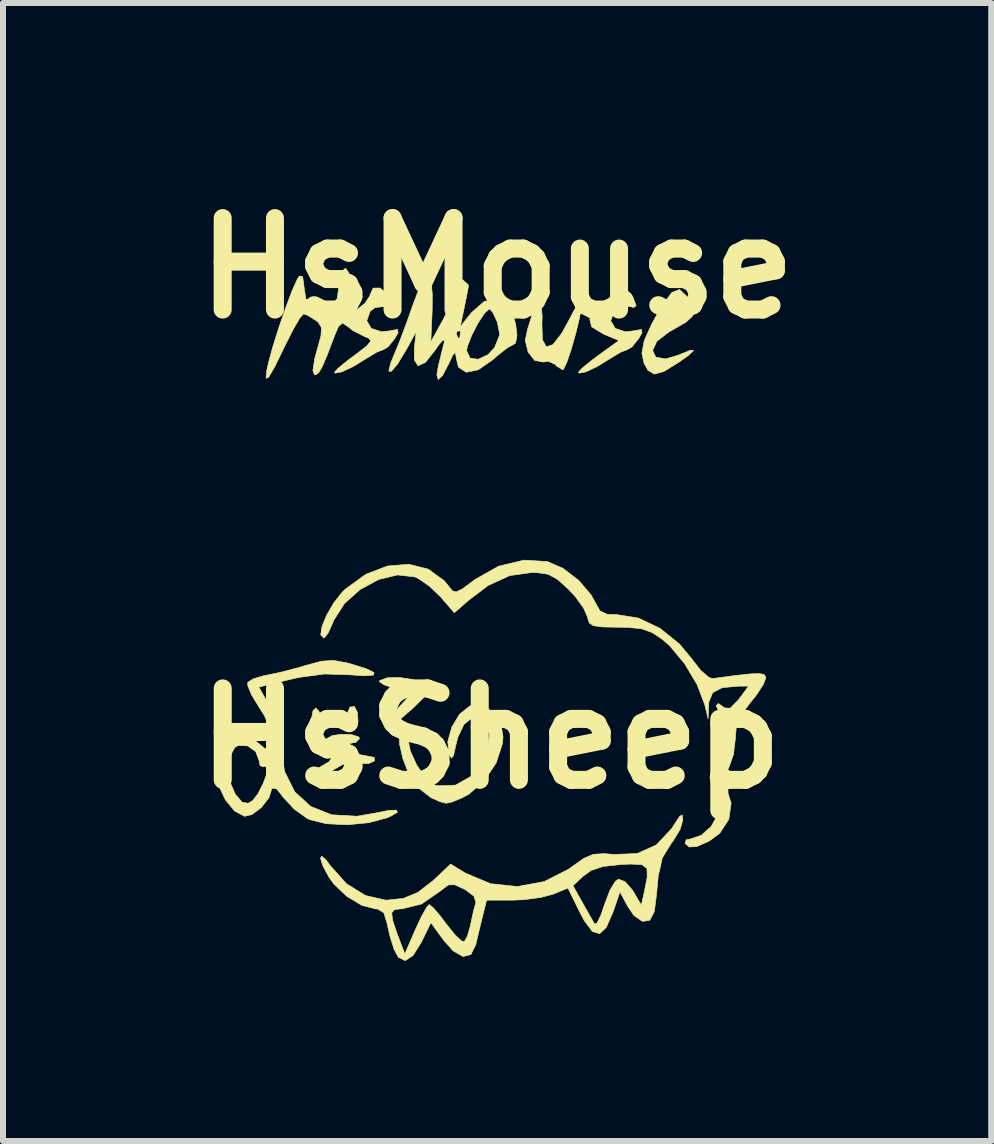
<source format=kicad_pcb>
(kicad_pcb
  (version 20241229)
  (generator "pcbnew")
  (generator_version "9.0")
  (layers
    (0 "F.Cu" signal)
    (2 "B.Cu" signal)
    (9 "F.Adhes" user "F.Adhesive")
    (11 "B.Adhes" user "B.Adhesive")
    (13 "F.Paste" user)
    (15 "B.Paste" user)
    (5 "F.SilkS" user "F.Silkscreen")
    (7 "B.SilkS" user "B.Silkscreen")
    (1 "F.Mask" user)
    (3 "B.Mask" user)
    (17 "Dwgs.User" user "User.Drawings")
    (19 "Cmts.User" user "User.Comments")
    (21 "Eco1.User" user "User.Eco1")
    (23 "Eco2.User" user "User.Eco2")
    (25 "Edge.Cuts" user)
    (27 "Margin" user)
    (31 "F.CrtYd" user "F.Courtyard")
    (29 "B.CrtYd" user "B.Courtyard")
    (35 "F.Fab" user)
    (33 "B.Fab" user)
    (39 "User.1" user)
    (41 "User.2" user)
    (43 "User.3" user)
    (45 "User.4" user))
  (footprint "HsMouse"
    (layer "F.Cu")
    (at 5.232 2.418)
    (property "Reference" "HsMouse" (at 0 -1 0) (layer "F.SilkS") (effects (font (size 1.524 1.524) (thickness 0.3))))
    (attr through_hole)
    (fp_poly (pts (xy 0.733 -0.419) (xy 0.751 -0.199) (xy 0.747 -0.081) (xy 0.755 0.192) (xy 0.82 0.31) (xy 0.931 0.273) (xy 1.079 0.082) (xy 1.175 -0.093) (xy 1.291 -0.312) (xy 1.378 -0.446) (xy 1.408 -0.467) (xy 1.41 -0.371) (xy 1.372 -0.168) (xy 1.31 0.09) (xy 1.235 0.353) (xy 1.162 0.568) (xy 1.106 0.685) (xy 1.093 0.693) (xy 0.991 0.632) (xy 0.972 0.605) (xy 0.857 0.553) (xy 0.769 0.564) (xy 0.626 0.537) (xy 0.517 0.398) (xy 0.469 0.204) (xy 0.508 0.017) (xy 0.574 -0.193) (xy 0.593 -0.364) (xy 0.62 -0.516) (xy 0.683 -0.531) (xy 0.733 -0.419)) (stroke (width 0.01) (type solid)) (fill yes) (layer "F.SilkS"))
    (fp_poly (pts (xy 2.234 -0.569) (xy 2.261 -0.521) (xy 2.317 -0.377) (xy 2.277 -0.345) (xy 2.207 -0.363) (xy 2.032 -0.345) (xy 1.949 -0.282) (xy 1.893 -0.123) (xy 1.969 0.004) (xy 2.14 0.06) (xy 2.261 0.046) (xy 2.406 0.021) (xy 2.414 0.077) (xy 2.358 0.174) (xy 2.246 0.312) (xy 2.173 0.355) (xy 2.059 0.399) (xy 1.882 0.506) (xy 1.876 0.51) (xy 1.663 0.641) (xy 1.478 0.727) (xy 1.368 0.749) (xy 1.355 0.734) (xy 1.417 0.666) (xy 1.576 0.536) (xy 1.692 0.45) (xy 2.03 0.205) (xy 1.777 0.1) (xy 1.575 -0.023) (xy 1.543 -0.153) (xy 1.679 -0.29) (xy 1.736 -0.323) (xy 1.89 -0.438) (xy 1.947 -0.54) (xy 1.998 -0.663) (xy 2.113 -0.671) (xy 2.234 -0.569)) (stroke (width 0.01) (type solid)) (fill yes) (layer "F.SilkS"))
    (fp_poly (pts (xy 3.158 -0.533) (xy 3.208 -0.436) (xy 3.263 -0.295) (xy 3.252 -0.197) (xy 3.149 -0.102) (xy 2.927 0.026) (xy 2.868 0.058) (xy 2.661 0.219) (xy 2.591 0.372) (xy 2.644 0.482) (xy 2.807 0.512) (xy 3.015 0.45) (xy 3.218 0.368) (xy 3.275 0.37) (xy 3.186 0.455) (xy 3.03 0.566) (xy 2.779 0.721) (xy 2.62 0.765) (xy 2.514 0.702) (xy 2.449 0.587) (xy 2.412 0.418) (xy 2.451 0.209) (xy 2.578 -0.074) (xy 2.636 -0.176) (xy 2.826 -0.176) (xy 2.863 -0.153) (xy 2.987 -0.216) (xy 3.009 -0.244) (xy 3.041 -0.354) (xy 2.975 -0.363) (xy 2.88 -0.282) (xy 2.826 -0.176) (xy 2.636 -0.176) (xy 2.756 -0.386) (xy 2.912 -0.596) (xy 3.041 -0.645) (xy 3.158 -0.533)) (stroke (width 0.01) (type solid)) (fill yes) (layer "F.SilkS"))
    (fp_poly (pts (xy -1.101 -0.791) (xy -1.08 -0.572) (xy -1.081 -0.314) (xy -1.104 0.228) (xy -1.034 0.101) (xy -0.677 0.101) (xy -0.646 0.17) (xy -0.621 0.157) (xy -0.611 0.057) (xy -0.621 0.044) (xy -0.671 0.056) (xy -0.677 0.101) (xy -1.034 0.101) (xy -0.894 -0.153) (xy -0.772 -0.404) (xy -0.694 -0.616) (xy -0.681 -0.69) (xy -0.633 -0.801) (xy -0.572 -0.806) (xy -0.481 -0.725) (xy -0.478 -0.693) (xy -0.502 -0.566) (xy -0.545 -0.354) (xy -0.551 -0.323) (xy -0.613 -0.026) (xy -0.427 -0.259) (xy -0.21 -0.449) (xy 0.009 -0.472) (xy 0.173 -0.383) (xy 0.253 -0.26) (xy 0.309 -0.071) (xy 0.331 0.119) (xy 0.308 0.248) (xy 0.274 0.27) (xy 0.176 0.323) (xy 0.007 0.455) (xy -0.074 0.527) (xy -0.315 0.694) (xy -0.514 0.734) (xy -0.644 0.649) (xy -0.681 0.497) (xy -0.694 0.402) (xy -0.738 0.447) (xy -0.804 0.588) (xy -0.91 0.791) (xy -0.982 0.855) (xy -1.004 0.776) (xy -0.979 0.63) (xy -0.92 0.39) (xy -0.916 0.376) (xy -0.508 0.376) (xy -0.451 0.498) (xy -0.316 0.518) (xy -0.153 0.443) (xy -0.042 0.324) (xy 0.044 0.108) (xy 0.004 -0.1) (xy -0.071 -0.261) (xy -0.126 -0.323) (xy -0.206 -0.254) (xy -0.316 -0.087) (xy -0.423 0.119) (xy -0.495 0.303) (xy -0.508 0.376) (xy -0.916 0.376) (xy -0.879 0.228) (xy -0.89 0.187) (xy -0.969 0.273) (xy -1.031 0.364) (xy -1.195 0.571) (xy -1.316 0.625) (xy -1.379 0.529) (xy -1.379 0.331) (xy -1.348 0.058) (xy -1.52 0.37) (xy -1.661 0.601) (xy -1.761 0.718) (xy -1.804 0.716) (xy -1.775 0.587) (xy -1.726 0.468) (xy -1.619 0.207) (xy -1.493 -0.13) (xy -1.404 -0.384) (xy -1.303 -0.648) (xy -1.209 -0.827) (xy -1.143 -0.884) (xy -1.101 -0.791)) (stroke (width 0.01) (type solid)) (fill yes) (layer "F.SilkS"))
    (fp_poly (pts (xy -2.472 -0.927) (xy -2.474 -0.705) (xy -2.485 -0.619) (xy -2.503 -0.394) (xy -2.491 -0.258) (xy -2.475 -0.241) (xy -2.342 -0.299) (xy -2.198 -0.421) (xy -2.118 -0.541) (xy -2.117 -0.556) (xy -2.065 -0.668) (xy -1.95 -0.67) (xy -1.83 -0.568) (xy -1.803 -0.521) (xy -1.747 -0.377) (xy -1.787 -0.345) (xy -1.857 -0.363) (xy -2.032 -0.345) (xy -2.115 -0.282) (xy -2.171 -0.123) (xy -2.095 0.004) (xy -1.924 0.06) (xy -1.803 0.046) (xy -1.658 0.021) (xy -1.65 0.077) (xy -1.706 0.174) (xy -1.818 0.312) (xy -1.891 0.355) (xy -2.005 0.399) (xy -2.182 0.506) (xy -2.188 0.51) (xy -2.401 0.641) (xy -2.586 0.727) (xy -2.696 0.749) (xy -2.709 0.734) (xy -2.647 0.666) (xy -2.488 0.536) (xy -2.367 0.447) (xy -2.173 0.298) (xy -2.103 0.214) (xy -2.141 0.165) (xy -2.197 0.144) (xy -2.4 0.042) (xy -2.488 -0.029) (xy -2.576 -0.086) (xy -2.645 -0.024) (xy -2.708 0.125) (xy -2.831 0.449) (xy -2.915 0.645) (xy -2.974 0.744) (xy -3.025 0.777) (xy -3.042 0.778) (xy -3.069 0.705) (xy -3.04 0.513) (xy -3.003 0.376) (xy -2.935 0.13) (xy -2.926 -0.009) (xy -2.978 -0.096) (xy -3.023 -0.132) (xy -3.165 -0.219) (xy -3.226 -0.238) (xy -3.288 -0.167) (xy -3.397 0.02) (xy -3.53 0.284) (xy -3.544 0.312) (xy -3.705 0.643) (xy -3.806 0.816) (xy -3.85 0.835) (xy -3.837 0.701) (xy -3.812 0.588) (xy -3.736 0.307) (xy -3.633 -0.02) (xy -3.52 -0.347) (xy -3.413 -0.629) (xy -3.327 -0.82) (xy -3.295 -0.869) (xy -3.24 -0.86) (xy -3.217 -0.703) (xy -3.217 -0.687) (xy -3.187 -0.49) (xy -3.068 -0.392) (xy -2.993 -0.369) (xy -2.783 -0.365) (xy -2.665 -0.491) (xy -2.626 -0.76) (xy -2.626 -0.767) (xy -2.595 -0.936) (xy -2.528 -1) (xy -2.472 -0.927)) (stroke (width 0.01) (type solid)) (fill yes) (layer "F.SilkS")))
  (footprint "HsSheep"
    (layer "F.Cu")
    (at 5.124 9.254)
    (property "Reference" "HsSheep" (at 0 0 0) (layer "F.SilkS") (effects (font (size 1.524 1.524) (thickness 0.3))))
    (attr through_hole)
    (fp_poly (pts (xy -2.856 -0.447) (xy -2.838 -0.328) (xy -2.863 -0.191) (xy -2.911 -0.146) (xy -2.966 -0.208) (xy -2.984 -0.328) (xy -2.959 -0.464) (xy -2.911 -0.509) (xy -2.856 -0.447)) (stroke (width 0.01) (type solid)) (fill yes) (layer "F.SilkS"))
    (fp_poly (pts (xy -2.22 -0.437) (xy -2.208 -0.282) (xy -2.242 -0.204) (xy -2.316 -0.195) (xy -2.365 -0.291) (xy -2.377 -0.446) (xy -2.343 -0.524) (xy -2.269 -0.533) (xy -2.22 -0.437)) (stroke (width 0.01) (type solid)) (fill yes) (layer "F.SilkS"))
    (fp_poly (pts (xy -1.303 -0.984) (xy -1.137 -0.92) (xy -1.124 -0.911) (xy -1.051 -0.844) (xy -1.044 -0.778) (xy -1.116 -0.68) (xy -1.282 -0.517) (xy -1.289 -0.51) (xy -1.501 -0.326) (xy -1.656 -0.227) (xy -1.738 -0.222) (xy -1.747 -0.25) (xy -1.702 -0.318) (xy -1.589 -0.453) (xy -1.526 -0.523) (xy -1.306 -0.764) (xy -1.605 -0.837) (xy -1.774 -0.893) (xy -1.853 -0.947) (xy -1.849 -0.965) (xy -1.722 -1.011) (xy -1.519 -1.016) (xy -1.303 -0.984)) (stroke (width 0.01) (type solid)) (fill yes) (layer "F.SilkS"))
    (fp_poly (pts (xy -2.314 -0.064) (xy -2.202 -0.029) (xy -2.183 0) (xy -2.243 0.063) (xy -2.301 0.073) (xy -2.379 0.092) (xy -2.338 0.171) (xy -2.329 0.182) (xy -2.188 0.268) (xy -2.061 0.291) (xy -1.938 0.316) (xy -1.934 0.372) (xy -2.035 0.419) (xy -2.212 0.416) (xy -2.466 0.433) (xy -2.611 0.517) (xy -2.78 0.622) (xy -2.916 0.653) (xy -2.982 0.603) (xy -2.984 0.587) (xy -2.924 0.513) (xy -2.838 0.473) (xy -2.691 0.387) (xy -2.608 0.268) (xy -2.61 0.159) (xy -2.662 0.117) (xy -2.737 0.045) (xy -2.73 0.001) (xy -2.638 -0.049) (xy -2.479 -0.07) (xy -2.314 -0.064)) (stroke (width 0.01) (type solid)) (fill yes) (layer "F.SilkS"))
    (fp_poly (pts (xy -0.074 -0.533) (xy 0.052 -0.404) (xy 0.177 -0.219) (xy 0.207 -0.025) (xy 0.196 0.089) (xy 0.093 0.406) (xy -0.106 0.703) (xy -0.364 0.929) (xy -0.48 0.99) (xy -0.645 1.059) (xy -0.743 1.079) (xy -0.846 1.051) (xy -0.99 0.988) (xy -1.216 0.813) (xy -1.373 0.567) (xy -1.463 0.331) (xy -1.516 0.098) (xy -1.526 -0.093) (xy -1.489 -0.204) (xy -1.456 -0.218) (xy -1.402 -0.156) (xy -1.382 -0.018) (xy -1.338 0.208) (xy -1.23 0.446) (xy -1.086 0.65) (xy -0.933 0.773) (xy -0.882 0.788) (xy -0.585 0.777) (xy -0.341 0.639) (xy -0.177 0.442) (xy -0.045 0.168) (xy -0.019 -0.077) (xy -0.098 -0.265) (xy -0.162 -0.319) (xy -0.31 -0.342) (xy -0.443 -0.237) (xy -0.546 -0.022) (xy -0.582 0.122) (xy -0.619 0.288) (xy -0.654 0.326) (xy -0.692 0.262) (xy -0.714 0.053) (xy -0.647 -0.188) (xy -0.518 -0.404) (xy -0.351 -0.538) (xy -0.338 -0.543) (xy -0.188 -0.577) (xy -0.074 -0.533)) (stroke (width 0.01) (type solid)) (fill yes) (layer "F.SilkS"))
    (fp_poly (pts (xy -2.394 -1.26) (xy -2.347 -1.248) (xy -2.075 -1.164) (xy -1.942 -1.099) (xy -1.95 -1.057) (xy -2.097 -1.045) (xy -2.341 -1.061) (xy -2.765 -1.075) (xy -3.187 -1.019) (xy -3.343 -0.984) (xy -3.861 -0.857) (xy -3.677 -0.528) (xy -3.524 -0.139) (xy -3.493 0.121) (xy -3.434 0.547) (xy -3.264 0.888) (xy -2.997 1.132) (xy -2.648 1.271) (xy -2.228 1.295) (xy -1.919 1.242) (xy -1.693 1.197) (xy -1.566 1.194) (xy -1.553 1.229) (xy -1.666 1.296) (xy -1.718 1.319) (xy -2.03 1.403) (xy -2.388 1.437) (xy -2.736 1.42) (xy -3.016 1.351) (xy -3.055 1.332) (xy -3.269 1.179) (xy -3.457 0.978) (xy -3.474 0.954) (xy -3.574 0.827) (xy -3.632 0.795) (xy -3.639 0.816) (xy -3.692 0.984) (xy -3.82 1.15) (xy -3.978 1.268) (xy -4.1 1.296) (xy -4.267 1.207) (xy -4.421 1.018) (xy -4.536 0.772) (xy -4.585 0.515) (xy -4.585 0.514) (xy -4.363 0.514) (xy -4.332 0.749) (xy -4.253 0.93) (xy -4.139 1.062) (xy -4.041 1.079) (xy -3.965 1.036) (xy -3.881 0.928) (xy -3.79 0.751) (xy -3.725 0.576) (xy -3.712 0.502) (xy -3.757 0.461) (xy -3.785 0.473) (xy -3.842 0.451) (xy -3.857 0.371) (xy -3.914 0.218) (xy -4.048 0.123) (xy -4.202 0.116) (xy -4.262 0.149) (xy -4.34 0.294) (xy -4.363 0.514) (xy -4.585 0.514) (xy -4.585 0.499) (xy -4.538 0.238) (xy -4.414 0.047) (xy -4.244 -0.056) (xy -4.056 -0.054) (xy -3.88 0.069) (xy -3.769 0.163) (xy -3.699 0.174) (xy -3.639 0.059) (xy -3.664 -0.136) (xy -3.767 -0.378) (xy -3.866 -0.536) (xy -3.984 -0.729) (xy -4.046 -0.879) (xy -4.046 -0.936) (xy -3.948 -0.997) (xy -3.768 -1.049) (xy -3.727 -1.056) (xy -3.496 -1.104) (xy -3.212 -1.178) (xy -3.075 -1.219) (xy -2.819 -1.288) (xy -2.618 -1.301) (xy -2.394 -1.26)) (stroke (width 0.01) (type solid)) (fill yes) (layer "F.SilkS"))
    (fp_poly (pts (xy 0.945 -2.948) (xy 1.206 -2.835) (xy 1.468 -2.634) (xy 1.675 -2.391) (xy 1.743 -2.266) (xy 1.823 -2.125) (xy 1.943 -2.07) (xy 2.102 -2.064) (xy 2.459 -2.008) (xy 2.821 -1.836) (xy 3.148 -1.573) (xy 3.338 -1.343) (xy 3.503 -1.132) (xy 3.641 -1.015) (xy 3.702 -0.999) (xy 4.073 -1.049) (xy 4.323 -1.076) (xy 4.476 -1.082) (xy 4.555 -1.066) (xy 4.583 -1.029) (xy 4.585 -1.006) (xy 4.54 -0.894) (xy 4.426 -0.721) (xy 4.33 -0.602) (xy 4.168 -0.385) (xy 4.093 -0.192) (xy 4.076 0.014) (xy 4.047 0.262) (xy 3.975 0.47) (xy 3.955 0.503) (xy 3.878 0.657) (xy 3.905 0.787) (xy 3.919 0.81) (xy 4.007 1.075) (xy 3.969 1.345) (xy 3.816 1.581) (xy 3.64 1.71) (xy 3.432 1.801) (xy 3.306 1.807) (xy 3.239 1.747) (xy 3.259 1.688) (xy 3.33 1.674) (xy 3.509 1.613) (xy 3.675 1.466) (xy 3.775 1.287) (xy 3.785 1.221) (xy 3.76 1.043) (xy 3.7 0.833) (xy 3.7 0.832) (xy 3.654 0.653) (xy 3.691 0.515) (xy 3.773 0.399) (xy 3.901 0.134) (xy 3.918 -0.157) (xy 3.819 -0.418) (xy 3.817 -0.42) (xy 3.758 -0.547) (xy 3.794 -0.583) (xy 3.901 -0.509) (xy 3.993 -0.506) (xy 4.126 -0.64) (xy 4.137 -0.655) (xy 4.298 -0.873) (xy 4.132 -0.872) (xy 3.858 -0.847) (xy 3.7 -0.764) (xy 3.636 -0.61) (xy 3.632 -0.556) (xy 3.624 -0.328) (xy 3.569 -0.558) (xy 3.442 -0.895) (xy 3.233 -1.245) (xy 2.985 -1.544) (xy 2.862 -1.652) (xy 2.69 -1.766) (xy 2.518 -1.827) (xy 2.289 -1.851) (xy 2.118 -1.854) (xy 1.86 -1.859) (xy 1.713 -1.879) (xy 1.643 -1.926) (xy 1.616 -2.012) (xy 1.614 -2.025) (xy 1.55 -2.171) (xy 1.413 -2.361) (xy 1.304 -2.48) (xy 1.116 -2.651) (xy 0.958 -2.737) (xy 0.769 -2.764) (xy 0.688 -2.766) (xy 0.318 -2.714) (xy -0.039 -2.551) (xy -0.357 -2.311) (xy -0.605 -2.095) (xy -0.83 -2.356) (xy -1.013 -2.533) (xy -1.204 -2.665) (xy -1.263 -2.692) (xy -1.55 -2.725) (xy -1.866 -2.649) (xy -2.173 -2.483) (xy -2.435 -2.249) (xy -2.615 -1.967) (xy -2.632 -1.924) (xy -2.705 -1.76) (xy -2.771 -1.677) (xy -2.78 -1.674) (xy -2.83 -1.727) (xy -2.81 -1.864) (xy -2.734 -2.05) (xy -2.618 -2.252) (xy -2.476 -2.434) (xy -2.426 -2.484) (xy -2.082 -2.734) (xy -1.719 -2.874) (xy -1.363 -2.903) (xy -1.039 -2.822) (xy -0.773 -2.629) (xy -0.703 -2.542) (xy -0.639 -2.461) (xy -0.574 -2.442) (xy -0.471 -2.492) (xy -0.295 -2.622) (xy -0.263 -2.647) (xy 0.134 -2.871) (xy 0.558 -2.972) (xy 0.945 -2.948)) (stroke (width 0.01) (type solid)) (fill yes) (layer "F.SilkS"))
    (fp_poly (pts (xy 3.202 1.358) (xy 3.202 1.359) (xy 3.157 1.515) (xy 3.044 1.702) (xy 3.009 1.747) (xy 2.861 1.989) (xy 2.792 2.294) (xy 2.787 2.353) (xy 2.763 2.605) (xy 2.736 2.82) (xy 2.724 2.893) (xy 2.65 3.03) (xy 2.53 3.047) (xy 2.39 2.951) (xy 2.29 2.806) (xy 2.155 2.556) (xy 2.037 2.897) (xy 1.928 3.146) (xy 1.817 3.252) (xy 1.697 3.216) (xy 1.561 3.036) (xy 1.483 2.888) (xy 1.288 2.491) (xy 1.047 2.592) (xy 0.837 2.648) (xy 0.557 2.685) (xy 0.369 2.693) (xy -0.067 2.693) (xy -0.135 2.966) (xy -0.194 3.206) (xy -0.245 3.424) (xy -0.249 3.439) (xy -0.329 3.6) (xy -0.459 3.633) (xy -0.624 3.539) (xy -0.788 3.353) (xy -0.995 3.068) (xy -1.152 3.39) (xy -1.292 3.615) (xy -1.422 3.701) (xy -1.537 3.645) (xy -1.609 3.512) (xy -1.679 3.287) (xy -1.726 3.075) (xy -1.78 2.903) (xy -1.782 2.902) (xy -1.647 2.902) (xy -1.635 3.021) (xy -1.564 3.235) (xy -1.51 3.377) (xy -1.429 3.589) (xy -1.251 3.177) (xy -1.15 2.962) (xy -1.066 2.813) (xy -1.022 2.766) (xy -0.955 2.82) (xy -0.836 2.96) (xy -0.735 3.094) (xy -0.596 3.268) (xy -0.486 3.371) (xy -0.44 3.386) (xy -0.388 3.296) (xy -0.338 3.123) (xy -0.331 3.089) (xy -0.288 2.887) (xy -0.248 2.739) (xy -0.245 2.729) (xy -0.277 2.627) (xy -0.426 2.516) (xy -0.438 2.51) (xy -0.6 2.436) (xy -0.703 2.439) (xy -0.815 2.522) (xy -0.826 2.532) (xy -1.152 2.758) (xy -1.475 2.838) (xy -1.492 2.838) (xy -1.6 2.85) (xy -1.647 2.902) (xy -1.782 2.902) (xy -1.882 2.841) (xy -1.92 2.838) (xy -2.145 2.78) (xy -2.393 2.631) (xy -2.611 2.425) (xy -2.693 2.311) (xy -2.794 2.122) (xy -2.834 1.998) (xy -2.815 1.959) (xy -2.74 2.026) (xy -2.673 2.116) (xy -2.403 2.419) (xy -2.083 2.617) (xy -1.747 2.693) (xy -1.731 2.693) (xy -1.453 2.664) (xy -1.212 2.564) (xy -0.957 2.367) (xy -0.897 2.311) (xy -0.666 2.092) (xy -0.424 2.241) (xy -0.002 2.419) (xy 0.448 2.466) (xy 0.526 2.452) (xy 1.372 2.452) (xy 1.531 2.736) (xy 1.638 2.926) (xy 1.717 3.065) (xy 1.734 3.093) (xy 1.776 3.07) (xy 1.84 2.937) (xy 1.898 2.766) (xy 1.987 2.531) (xy 2.079 2.379) (xy 2.131 2.343) (xy 2.241 2.386) (xy 2.362 2.524) (xy 2.377 2.548) (xy 2.511 2.776) (xy 2.557 2.571) (xy 2.609 2.311) (xy 2.605 2.164) (xy 2.519 2.101) (xy 2.33 2.092) (xy 2.173 2.099) (xy 1.874 2.132) (xy 1.673 2.199) (xy 1.549 2.288) (xy 1.372 2.452) (xy 0.526 2.452) (xy 0.895 2.383) (xy 1.307 2.173) (xy 1.348 2.142) (xy 1.551 1.998) (xy 1.709 1.93) (xy 1.888 1.918) (xy 2.057 1.932) (xy 2.443 1.916) (xy 2.761 1.773) (xy 3.018 1.499) (xy 3.057 1.438) (xy 3.15 1.297) (xy 3.192 1.274) (xy 3.202 1.358)) (stroke (width 0.01) (type solid)) (fill yes) (layer "F.SilkS")))
  (gr_rect
    (start -3 -3)
    (end 13.465 15.96)
    (stroke (width 0.1) (type default))
    (fill no)
    (layer "Edge.Cuts")))
</source>
